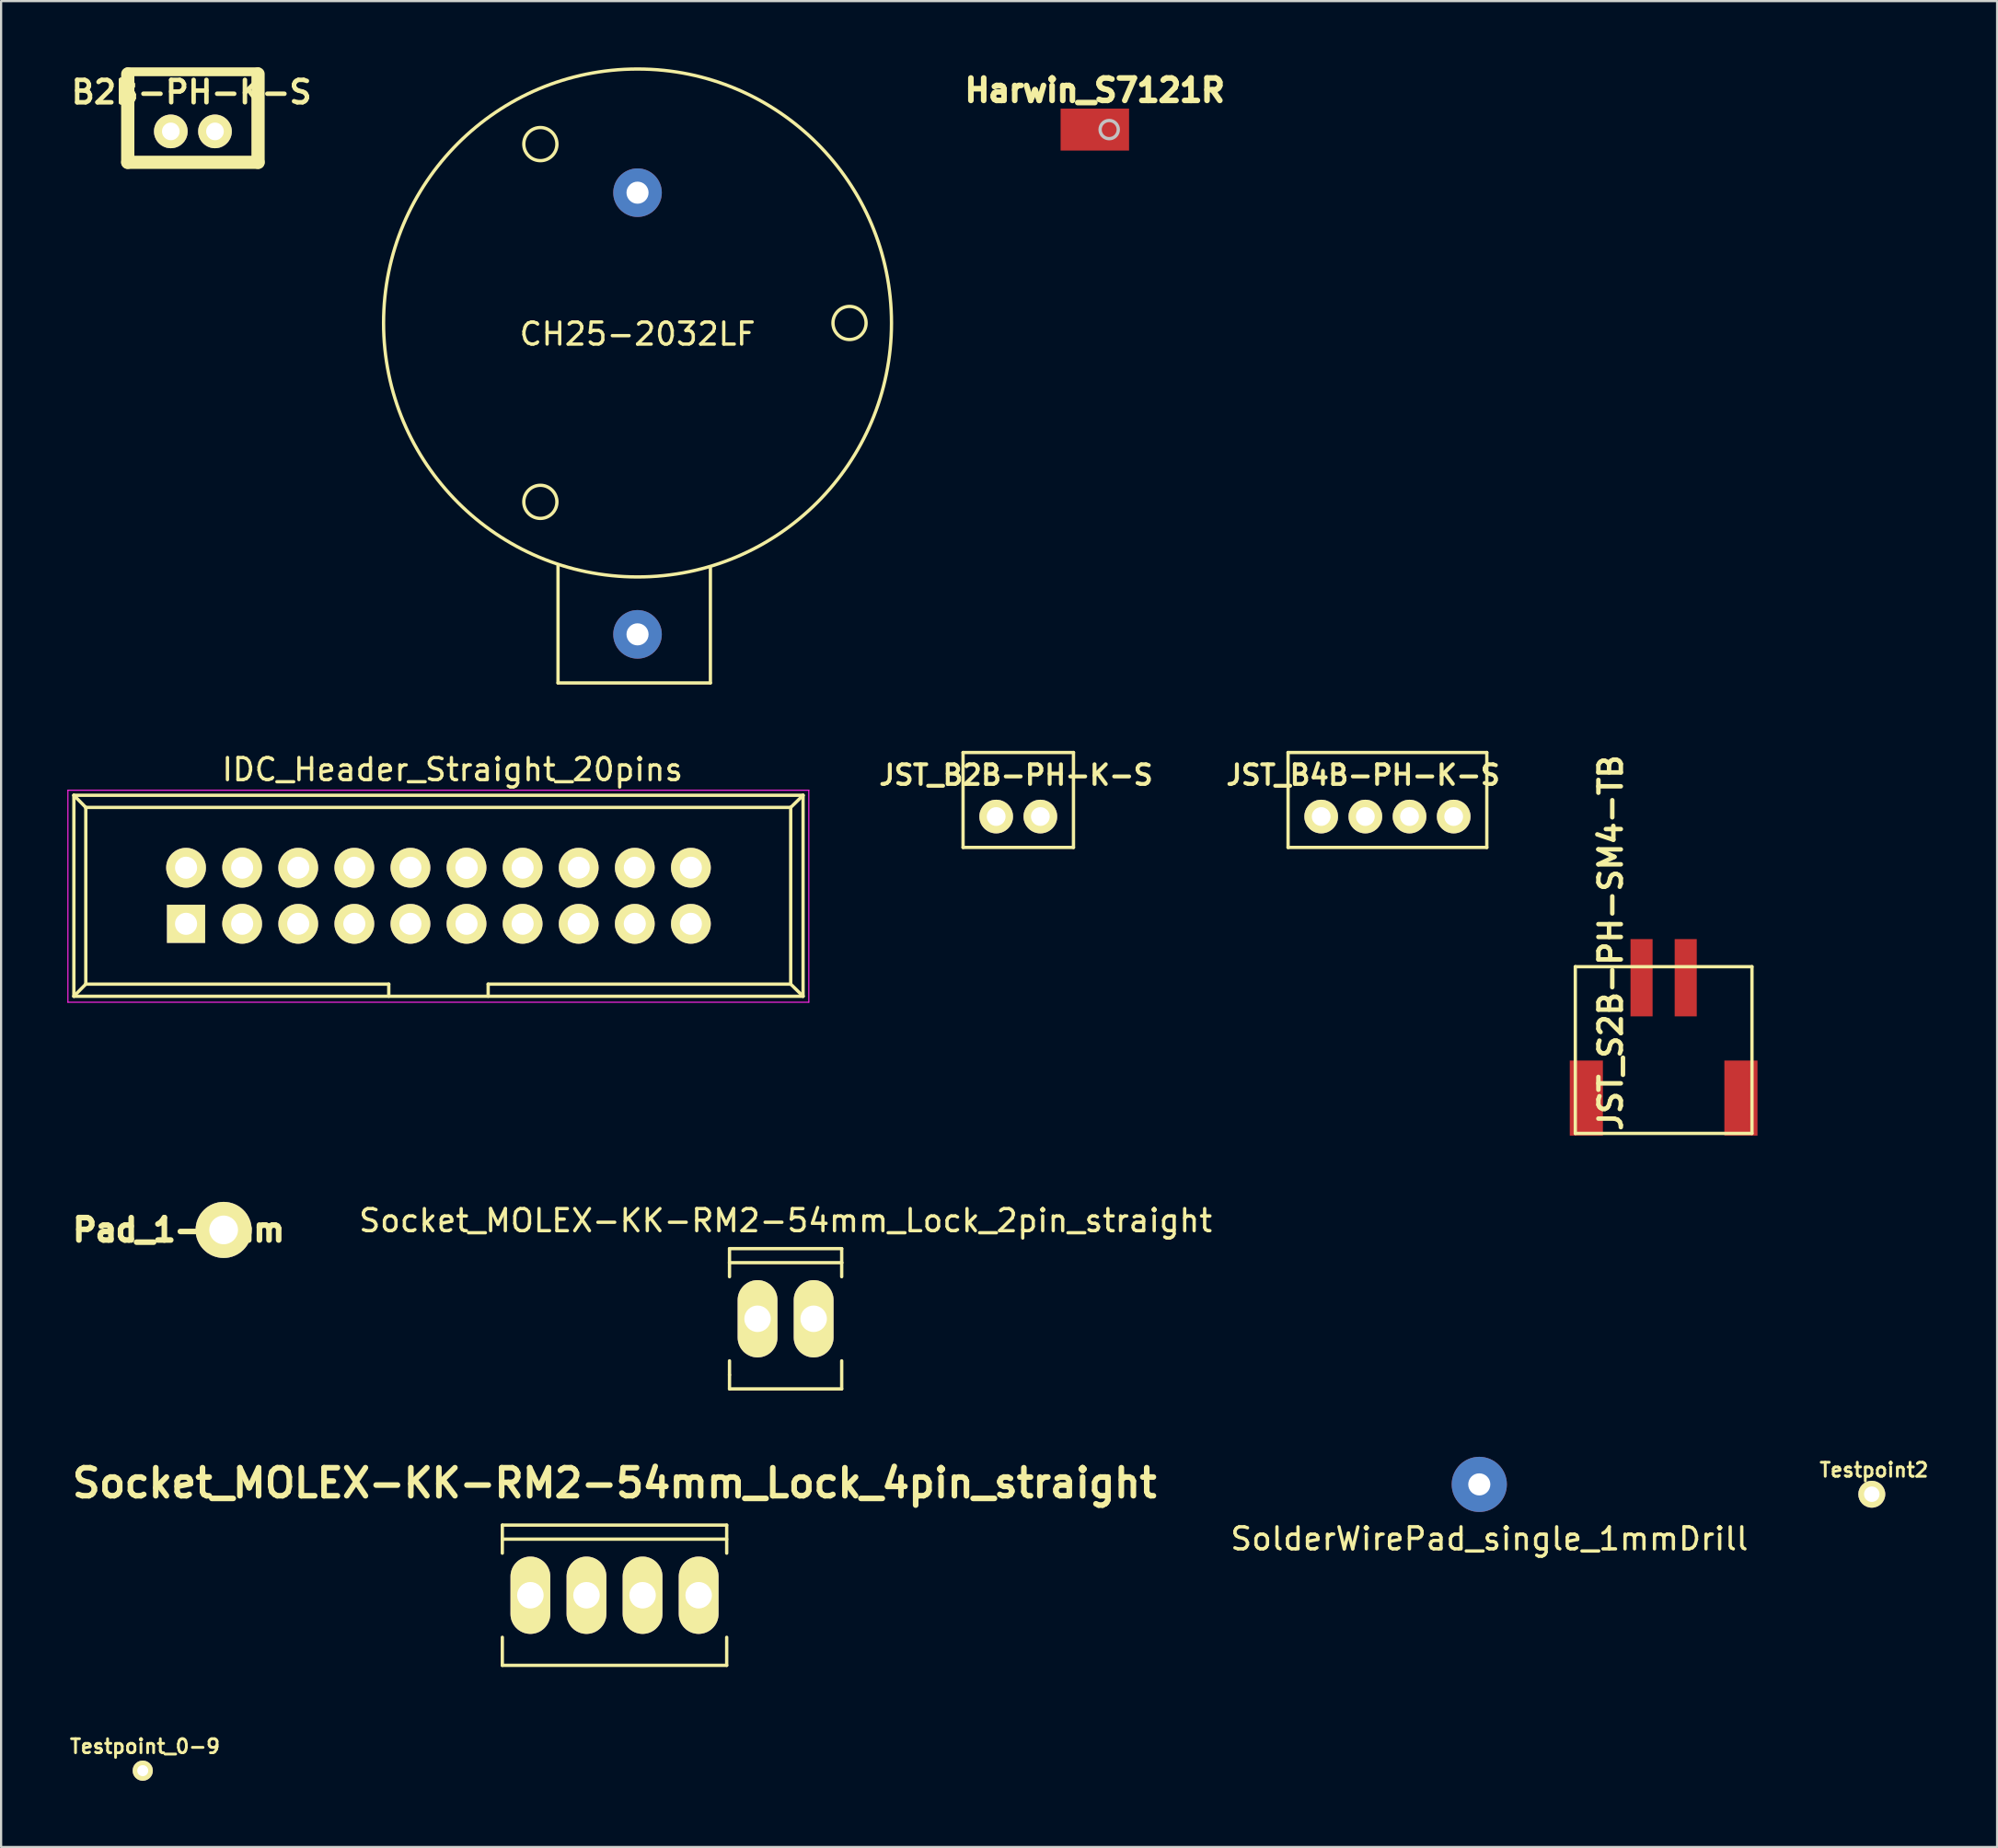
<source format=kicad_pcb>
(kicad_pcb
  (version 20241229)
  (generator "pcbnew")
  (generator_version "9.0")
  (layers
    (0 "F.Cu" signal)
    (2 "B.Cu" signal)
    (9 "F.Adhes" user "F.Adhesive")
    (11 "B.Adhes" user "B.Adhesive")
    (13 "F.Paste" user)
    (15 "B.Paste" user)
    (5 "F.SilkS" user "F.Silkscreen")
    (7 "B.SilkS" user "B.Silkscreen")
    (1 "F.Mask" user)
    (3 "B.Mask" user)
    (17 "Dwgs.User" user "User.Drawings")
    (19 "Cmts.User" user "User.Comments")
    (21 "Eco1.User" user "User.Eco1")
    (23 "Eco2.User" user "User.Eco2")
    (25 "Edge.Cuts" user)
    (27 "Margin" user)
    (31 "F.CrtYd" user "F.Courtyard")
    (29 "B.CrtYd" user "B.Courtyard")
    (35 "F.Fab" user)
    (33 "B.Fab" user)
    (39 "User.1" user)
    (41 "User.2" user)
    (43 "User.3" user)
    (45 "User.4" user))
  (footprint "Socket_MOLEX-KK-RM2-54mm_Lock_4pin_straight"
    (layer "F.Cu")
    (at 24.777 69.186)
    (property "Reference" "Socket_MOLEX-KK-RM2-54mm_Lock_4pin_straight" (at 0 -5.08 0) (layer "F.SilkS") (effects (font (size 1.27 1.27) (thickness 0.254))))
    (attr through_hole)
    (fp_line (start -5.08 -3.175) (end 5.08 -3.175) (stroke (width 0.15) (type solid)) (layer "F.SilkS"))
    (fp_line (start -5.08 -1.905) (end -5.08 -3.175) (stroke (width 0.15) (type solid)) (layer "F.SilkS"))
    (fp_line (start -5.08 3.175) (end -5.08 1.905) (stroke (width 0.15) (type solid)) (layer "F.SilkS"))
    (fp_line (start 5.08 -3.175) (end 5.08 -1.905) (stroke (width 0.15) (type solid)) (layer "F.SilkS"))
    (fp_line (start 5.08 -2.54) (end -5.08 -2.54) (stroke (width 0.15) (type solid)) (layer "F.SilkS"))
    (fp_line (start 5.08 1.905) (end 5.08 3.175) (stroke (width 0.15) (type solid)) (layer "F.SilkS"))
    (fp_line (start 5.08 3.175) (end -5.08 3.175) (stroke (width 0.15) (type solid)) (layer "F.SilkS"))
    (pad "1" thru_hole oval (at -3.81 0) (size 1.801 3.5) (drill 1.199) (layers "*.Cu" "*.Mask" "F.SilkS"))
    (pad "2" thru_hole oval (at -1.27 0) (size 1.801 3.5) (drill 1.199) (layers "*.Cu" "*.Mask" "F.SilkS"))
    (pad "3" thru_hole oval (at 1.27 0) (size 1.801 3.5) (drill 1.199) (layers "*.Cu" "*.Mask" "F.SilkS"))
    (pad "4" thru_hole oval (at 3.81 0) (size 1.801 3.5) (drill 1.199) (layers "*.Cu" "*.Mask" "F.SilkS")))
  (footprint "JST_S2B-PH-SM4-TB"
    (layer "F.Cu")
    (at 72.284 41.224)
    (property "Reference" "JST_S2B-PH-SM4-TB" (at -2.398 -1.58 90) (layer "F.SilkS") (effects (font (size 1.016 1.016) (thickness 0.203))))
    (attr through_hole)
    (fp_line (start -4 7.05) (end -4 -0.5) (stroke (width 0.15) (type solid)) (layer "F.SilkS"))
    (fp_line (start -4 7.05) (end 4 7.05) (stroke (width 0.15) (type solid)) (layer "F.SilkS"))
    (fp_line (start 4 -0.5) (end -4 -0.5) (stroke (width 0.15) (type solid)) (layer "F.SilkS"))
    (fp_line (start 4 7.05) (end 4 -0.5) (stroke (width 0.15) (type solid)) (layer "F.SilkS"))
    (pad "1" smd rect (at -1 0) (size 1 3.5) (layers "F.Cu" "F.Mask" "F.Paste"))
    (pad "2" smd rect (at 1 0) (size 1 3.5) (layers "F.Cu" "F.Mask" "F.Paste"))
    (pad "3" smd rect (at -3.5 5.45) (size 1.5 3.4) (layers "F.Cu" "F.Mask" "F.Paste"))
    (pad "4" smd rect (at 3.5 5.45) (size 1.5 3.4) (layers "F.Cu" "F.Mask" "F.Paste")))
  (footprint "Testpoint2"
    (layer "F.Cu")
    (at 81.709 64.612)
    (property "Reference" "Testpoint2" (at 0.1 -1.1 0) (layer "F.SilkS") (effects (font (size 0.635 0.635) (thickness 0.127))))
    (attr through_hole)
    (pad "1" thru_hole circle (at 0 0) (size 1.219 1.219) (drill 0.7) (layers "*.Cu" "*.Mask" "F.SilkS")))
  (footprint "Socket_MOLEX-KK-RM2-54mm_Lock_2pin_straight"
    (layer "F.Cu")
    (at 32.524 56.667)
    (property "Reference" "Socket_MOLEX-KK-RM2-54mm_Lock_2pin_straight" (at 0 -4.445 0) (layer "F.SilkS") (effects (font (size 1 1) (thickness 0.15))))
    (attr through_hole)
    (fp_line (start -2.54 -3.175) (end 2.54 -3.175) (stroke (width 0.15) (type solid)) (layer "F.SilkS"))
    (fp_line (start -2.54 -2.54) (end -2.54 -3.175) (stroke (width 0.15) (type solid)) (layer "F.SilkS"))
    (fp_line (start -2.54 -2.54) (end -2.54 -1.905) (stroke (width 0.15) (type solid)) (layer "F.SilkS"))
    (fp_line (start -2.54 -2.54) (end 2.54 -2.54) (stroke (width 0.15) (type solid)) (layer "F.SilkS"))
    (fp_line (start -2.54 2.54) (end -2.54 1.905) (stroke (width 0.15) (type solid)) (layer "F.SilkS"))
    (fp_line (start -2.54 3.175) (end -2.54 2.54) (stroke (width 0.15) (type solid)) (layer "F.SilkS"))
    (fp_line (start 2.54 -3.175) (end 2.54 -2.54) (stroke (width 0.15) (type solid)) (layer "F.SilkS"))
    (fp_line (start 2.54 -2.54) (end 2.54 -1.905) (stroke (width 0.15) (type solid)) (layer "F.SilkS"))
    (fp_line (start 2.54 3.175) (end -2.54 3.175) (stroke (width 0.15) (type solid)) (layer "F.SilkS"))
    (fp_line (start 2.54 3.175) (end 2.54 1.905) (stroke (width 0.15) (type solid)) (layer "F.SilkS"))
    (pad "1" thru_hole oval (at -1.27 0) (size 1.801 3.5) (drill 1.199) (layers "*.Cu" "*.Mask" "F.SilkS"))
    (pad "2" thru_hole oval (at 1.27 0) (size 1.801 3.5) (drill 1.199) (layers "*.Cu" "*.Mask" "F.SilkS")))
  (footprint "SolderWirePad_single_1mmDrill"
    (layer "F.Cu")
    (at 63.936 64.167)
    (property "Reference" "SolderWirePad_single_1mmDrill" (at 0.457 2.464 0) (layer "F.SilkS") (effects (font (size 1 1) (thickness 0.15))))
    (attr through_hole)
    (pad "1" thru_hole circle (at 0 0) (size 2.499 2.499) (drill 1.001) (layers "*.Cu" "*.Mask")))
  (footprint "Pad_1-3mm"
    (layer "F.Cu")
    (at 7.077 52.644)
    (property "Reference" "Pad_1-3mm" (at -2.032 0 0) (layer "F.SilkS") (effects (font (size 1.016 1.016) (thickness 0.254))))
    (attr through_hole)
    (pad "1" thru_hole circle (at 0 0) (size 2.54 2.54) (drill 1.3) (layers "*.Cu" "*.Mask" "F.SilkS")))
  (footprint "Testpoint_0-9"
    (layer "F.Cu")
    (at 3.414 77.13)
    (property "Reference" "Testpoint_0-9" (at 0.1 -1.1 0) (layer "F.SilkS") (effects (font (size 0.635 0.635) (thickness 0.127))))
    (attr through_hole)
    (pad "1" thru_hole circle (at 0 0) (size 0.914 0.914) (drill 0.5) (layers "*.Cu" "*.Mask" "F.SilkS")))
  (footprint "B2B-PH-K-S"
    (layer "F.Cu")
    (at 5.685 2.9)
    (property "Reference" "B2B-PH-K-S" (at -0.064 -1.778 0) (layer "F.SilkS") (effects (font (size 1.016 1.016) (thickness 0.203))))
    (attr through_hole)
    (fp_line (start -2.95 -2.7) (end 2.95 -2.7) (stroke (width 0.4) (type solid)) (layer "F.SilkS"))
    (fp_line (start -2.95 -2.6) (end -2.95 1.4) (stroke (width 0.6) (type solid)) (layer "F.SilkS"))
    (fp_line (start 2.95 -2.6) (end 2.95 1.4) (stroke (width 0.6) (type solid)) (layer "F.SilkS"))
    (fp_line (start 2.95 1.4) (end -2.95 1.4) (stroke (width 0.6) (type solid)) (layer "F.SilkS"))
    (pad "1" thru_hole circle (at -1 0) (size 1.524 1.524) (drill 0.8) (layers "*.Cu" "*.Mask" "F.SilkS"))
    (pad "2" thru_hole circle (at 1 0) (size 1.524 1.524) (drill 0.8) (layers "*.Cu" "*.Mask" "F.SilkS")))
  (footprint "JST_B2B-PH-K-S"
    (layer "F.Cu")
    (at 43.06 33.925)
    (property "Reference" "JST_B2B-PH-K-S" (at -0.102 -1.88 0) (layer "F.SilkS") (effects (font (size 0.889 0.889) (thickness 0.178))))
    (attr through_hole)
    (fp_line (start -2.5 1.4) (end -2.5 -2.9) (stroke (width 0.15) (type solid)) (layer "F.SilkS"))
    (fp_line (start -2.5 1.4) (end 2.5 1.4) (stroke (width 0.15) (type solid)) (layer "F.SilkS"))
    (fp_line (start 2.5 -2.9) (end -2.5 -2.9) (stroke (width 0.15) (type solid)) (layer "F.SilkS"))
    (fp_line (start 2.5 1.4) (end 2.5 -2.9) (stroke (width 0.15) (type solid)) (layer "F.SilkS"))
    (pad "1" thru_hole circle (at -1 0) (size 1.524 1.524) (drill 0.85) (layers "*.Cu" "*.Mask" "F.SilkS"))
    (pad "2" thru_hole circle (at 1 0) (size 1.524 1.524) (drill 0.85) (layers "*.Cu" "*.Mask" "F.SilkS")))
  (footprint "Harwin_S7121R"
    (layer "F.Cu")
    (at 46.527 2.818)
    (property "Reference" "Harwin_S7121R" (at 0 -1.778 0) (layer "F.SilkS") (effects (font (size 1.016 1.016) (thickness 0.254))))
    (attr smd)
    (fp_circle (center 0.65 0) (end 1.05 0.1) (stroke (width 0.15) (type solid)) (fill no) (layer "Dwgs.User"))
    (pad "" smd oval (at -1.05 0) (size 0.5 1.4) (layers "F.Paste"))
    (pad "" smd oval (at -0.35 0) (size 0.5 1.4) (layers "F.Paste"))
    (pad "" smd oval (at 0.35 0) (size 0.5 1.4) (layers "F.Paste"))
    (pad "" smd oval (at 1.05 0) (size 0.5 1.4) (layers "F.Paste"))
    (pad "1" smd rect (at 0 0) (size 3.1 1.9) (layers "F.Cu" "F.Mask")))
  (footprint "CH25-2032LF"
    (layer "F.Cu")
    (at 25.819 11.575)
    (property "Reference" "CH25-2032LF" (at 0 0.5 0) (layer "F.SilkS") (effects (font (size 1 1) (thickness 0.15))))
    (attr through_hole)
    (fp_line (start -3.6 16.3) (end -3.6 11) (stroke (width 0.15) (type solid)) (layer "F.SilkS"))
    (fp_line (start 3.3 11.1) (end 3.3 16.3) (stroke (width 0.15) (type solid)) (layer "F.SilkS"))
    (fp_line (start 3.3 16.3) (end -3.6 16.3) (stroke (width 0.15) (type solid)) (layer "F.SilkS"))
    (fp_circle (center -4.4 -8.1) (end -3.65 -8.1) (stroke (width 0.15) (type solid)) (fill no) (layer "F.SilkS"))
    (fp_circle (center -4.4 8.1) (end -3.65 8.1) (stroke (width 0.15) (type solid)) (fill no) (layer "F.SilkS"))
    (fp_circle (center 0 0) (end 11.5 0) (stroke (width 0.15) (type solid)) (fill no) (layer "F.SilkS"))
    (fp_circle (center 9.6 0) (end 10.35 0) (stroke (width 0.15) (type solid)) (fill no) (layer "F.SilkS"))
    (pad "1" thru_hole circle (at 0 14.1) (size 2.2 2.2) (drill 1) (layers "*.Cu" "*.Mask"))
    (pad "2" thru_hole circle (at 0 -5.9) (size 2.2 2.2) (drill 1) (layers "*.Cu" "*.Mask")))
  (footprint "JST_B4B-PH-K-S"
    (layer "F.Cu")
    (at 59.777 33.925)
    (property "Reference" "JST_B4B-PH-K-S" (at -1.102 -1.88 0) (layer "F.SilkS") (effects (font (size 0.889 0.889) (thickness 0.178))))
    (attr through_hole)
    (fp_line (start -4.5 1.4) (end -4.5 -2.9) (stroke (width 0.15) (type solid)) (layer "F.SilkS"))
    (fp_line (start -4.5 1.4) (end 4.5 1.4) (stroke (width 0.15) (type solid)) (layer "F.SilkS"))
    (fp_line (start 4.5 -2.9) (end -4.5 -2.9) (stroke (width 0.15) (type solid)) (layer "F.SilkS"))
    (fp_line (start 4.5 1.4) (end 4.5 -2.9) (stroke (width 0.15) (type solid)) (layer "F.SilkS"))
    (pad "1" thru_hole circle (at -3 0) (size 1.524 1.524) (drill 0.85) (layers "*.Cu" "*.Mask" "F.SilkS"))
    (pad "2" thru_hole circle (at -1 0) (size 1.524 1.524) (drill 0.85) (layers "*.Cu" "*.Mask" "F.SilkS"))
    (pad "3" thru_hole circle (at 1 0) (size 1.524 1.524) (drill 0.85) (layers "*.Cu" "*.Mask" "F.SilkS"))
    (pad "4" thru_hole circle (at 3 0) (size 1.524 1.524) (drill 0.85) (layers "*.Cu" "*.Mask" "F.SilkS")))
  (footprint "IDC_Header_Straight_20pins"
    (layer "F.Cu")
    (at 5.375 38.783)
    (property "Reference" "IDC_Header_Straight_20pins" (at 12.065 -6.985 0) (layer "F.SilkS") (effects (font (size 1 1) (thickness 0.15))))
    (attr through_hole)
    (fp_line (start -5.08 -5.82) (end -5.08 3.28) (stroke (width 0.15) (type solid)) (layer "F.SilkS"))
    (fp_line (start -5.08 -5.82) (end -4.54 -5.27) (stroke (width 0.15) (type solid)) (layer "F.SilkS"))
    (fp_line (start -5.08 -5.82) (end 27.94 -5.82) (stroke (width 0.15) (type solid)) (layer "F.SilkS"))
    (fp_line (start -5.08 3.28) (end -4.54 2.73) (stroke (width 0.15) (type solid)) (layer "F.SilkS"))
    (fp_line (start -5.08 3.28) (end 27.94 3.28) (stroke (width 0.15) (type solid)) (layer "F.SilkS"))
    (fp_line (start -4.54 -5.27) (end -4.54 2.73) (stroke (width 0.15) (type solid)) (layer "F.SilkS"))
    (fp_line (start -4.54 -5.27) (end 27.38 -5.27) (stroke (width 0.15) (type solid)) (layer "F.SilkS"))
    (fp_line (start -4.54 2.73) (end 9.18 2.73) (stroke (width 0.15) (type solid)) (layer "F.SilkS"))
    (fp_line (start 9.18 2.73) (end 9.18 3.28) (stroke (width 0.15) (type solid)) (layer "F.SilkS"))
    (fp_line (start 13.68 2.73) (end 13.68 3.28) (stroke (width 0.15) (type solid)) (layer "F.SilkS"))
    (fp_line (start 13.68 2.73) (end 27.38 2.73) (stroke (width 0.15) (type solid)) (layer "F.SilkS"))
    (fp_line (start 27.38 -5.27) (end 27.38 2.73) (stroke (width 0.15) (type solid)) (layer "F.SilkS"))
    (fp_line (start 27.94 -5.82) (end 27.38 -5.27) (stroke (width 0.15) (type solid)) (layer "F.SilkS"))
    (fp_line (start 27.94 -5.82) (end 27.94 3.28) (stroke (width 0.15) (type solid)) (layer "F.SilkS"))
    (fp_line (start 27.94 3.28) (end 27.38 2.73) (stroke (width 0.15) (type solid)) (layer "F.SilkS"))
    (fp_line (start -5.35 -6.05) (end 28.2 -6.05) (stroke (width 0.05) (type solid)) (layer "F.CrtYd"))
    (fp_line (start -5.35 3.55) (end -5.35 -6.05) (stroke (width 0.05) (type solid)) (layer "F.CrtYd"))
    (fp_line (start 28.2 -6.05) (end 28.2 3.55) (stroke (width 0.05) (type solid)) (layer "F.CrtYd"))
    (fp_line (start 28.2 3.55) (end -5.35 3.55) (stroke (width 0.05) (type solid)) (layer "F.CrtYd"))
    (pad "1" thru_hole rect (at 0 0) (size 1.727 1.727) (drill 1) (layers "*.Cu" "*.Mask" "F.SilkS"))
    (pad "2" thru_hole circle (at 0 -2.54) (size 1.8 1.8) (drill 1) (layers "*.Cu" "*.Mask" "F.SilkS"))
    (pad "3" thru_hole circle (at 2.54 0) (size 1.8 1.8) (drill 1) (layers "*.Cu" "*.Mask" "F.SilkS"))
    (pad "4" thru_hole circle (at 2.54 -2.54) (size 1.8 1.8) (drill 1) (layers "*.Cu" "*.Mask" "F.SilkS"))
    (pad "5" thru_hole circle (at 5.08 0) (size 1.8 1.8) (drill 1) (layers "*.Cu" "*.Mask" "F.SilkS"))
    (pad "6" thru_hole circle (at 5.08 -2.54) (size 1.8 1.8) (drill 1) (layers "*.Cu" "*.Mask" "F.SilkS"))
    (pad "7" thru_hole circle (at 7.62 0) (size 1.8 1.8) (drill 1) (layers "*.Cu" "*.Mask" "F.SilkS"))
    (pad "8" thru_hole circle (at 7.62 -2.54) (size 1.8 1.8) (drill 1) (layers "*.Cu" "*.Mask" "F.SilkS"))
    (pad "9" thru_hole circle (at 10.16 0) (size 1.8 1.8) (drill 1) (layers "*.Cu" "*.Mask" "F.SilkS"))
    (pad "10" thru_hole circle (at 10.16 -2.54) (size 1.8 1.8) (drill 1) (layers "*.Cu" "*.Mask" "F.SilkS"))
    (pad "11" thru_hole circle (at 12.7 0) (size 1.8 1.8) (drill 1) (layers "*.Cu" "*.Mask" "F.SilkS"))
    (pad "12" thru_hole circle (at 12.7 -2.54) (size 1.8 1.8) (drill 1.016) (layers "*.Cu" "*.Mask" "F.SilkS"))
    (pad "13" thru_hole circle (at 15.24 0) (size 1.8 1.8) (drill 1) (layers "*.Cu" "*.Mask" "F.SilkS"))
    (pad "14" thru_hole circle (at 15.24 -2.54) (size 1.8 1.8) (drill 1) (layers "*.Cu" "*.Mask" "F.SilkS"))
    (pad "15" thru_hole circle (at 17.78 0) (size 1.8 1.8) (drill 1) (layers "*.Cu" "*.Mask" "F.SilkS"))
    (pad "16" thru_hole circle (at 17.78 -2.54) (size 1.8 1.8) (drill 1) (layers "*.Cu" "*.Mask" "F.SilkS"))
    (pad "17" thru_hole circle (at 20.32 0) (size 1.8 1.8) (drill 1) (layers "*.Cu" "*.Mask" "F.SilkS"))
    (pad "18" thru_hole circle (at 20.32 -2.54) (size 1.8 1.8) (drill 1) (layers "*.Cu" "*.Mask" "F.SilkS"))
    (pad "19" thru_hole circle (at 22.86 0) (size 1.8 1.8) (drill 1) (layers "*.Cu" "*.Mask" "F.SilkS"))
    (pad "20" thru_hole circle (at 22.86 -2.54) (size 1.8 1.8) (drill 1) (layers "*.Cu" "*.Mask" "F.SilkS")))
  (gr_rect
    (start -3 -3)
    (end 87.385 80.587)
    (stroke (width 0.1) (type default))
    (fill no)
    (layer "Edge.Cuts")))
</source>
